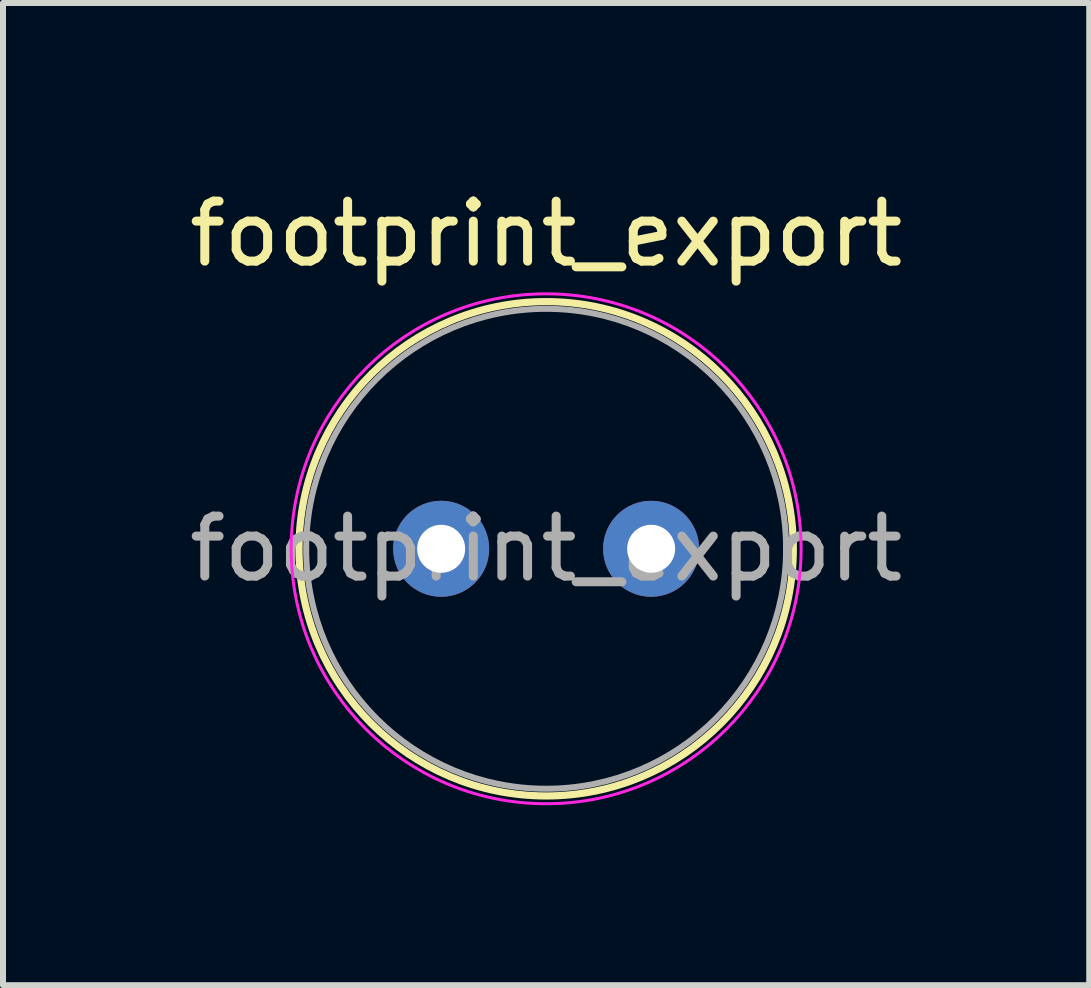
<source format=kicad_pcb>
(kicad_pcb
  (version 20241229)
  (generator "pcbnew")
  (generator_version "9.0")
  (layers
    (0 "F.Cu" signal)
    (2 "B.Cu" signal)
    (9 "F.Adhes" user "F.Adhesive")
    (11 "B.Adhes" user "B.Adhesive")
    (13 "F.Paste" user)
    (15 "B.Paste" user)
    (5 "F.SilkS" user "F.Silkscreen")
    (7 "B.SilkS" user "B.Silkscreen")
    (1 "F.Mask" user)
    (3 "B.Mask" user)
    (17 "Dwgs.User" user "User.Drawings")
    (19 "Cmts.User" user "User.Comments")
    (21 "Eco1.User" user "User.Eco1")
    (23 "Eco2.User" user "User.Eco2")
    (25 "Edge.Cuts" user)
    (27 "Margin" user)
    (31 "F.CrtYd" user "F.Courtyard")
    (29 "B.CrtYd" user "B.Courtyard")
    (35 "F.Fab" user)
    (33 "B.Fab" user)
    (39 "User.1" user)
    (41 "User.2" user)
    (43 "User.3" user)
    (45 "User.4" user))
  (footprint "footprint_export"
    (layer "F.Cu")
    (at 4.304 6.098)
    (property "Reference" "footprint_export" (at 1.75 -5.25 0) (layer "F.SilkS") (effects (font (size 1 1) (thickness 0.15))))
    (attr through_hole)
    (fp_circle (center 1.75 0) (end 5.87 0) (stroke (width 0.12) (type solid)) (fill no) (layer "F.SilkS"))
    (fp_circle (center 1.75 0) (end 6 0) (stroke (width 0.05) (type solid)) (fill no) (layer "F.CrtYd"))
    (fp_circle (center 1.75 0) (end 5.75 0) (stroke (width 0.1) (type solid)) (fill no) (layer "F.Fab"))
    (fp_text user "${REFERENCE}" (at 1.75 0 0) (layer "F.Fab") (effects (font (size 1 1) (thickness 0.15))))
    (pad "1" thru_hole circle (at 0 0) (size 1.6 1.6) (drill 0.8) (layers "*.Cu" "*.Mask"))
    (pad "2" thru_hole circle (at 3.5 0) (size 1.6 1.6) (drill 0.8) (layers "*.Cu" "*.Mask")))
  (gr_rect
    (start -3 -3)
    (end 15.107 13.373)
    (stroke (width 0.1) (type default))
    (fill no)
    (layer "Edge.Cuts")))
</source>
